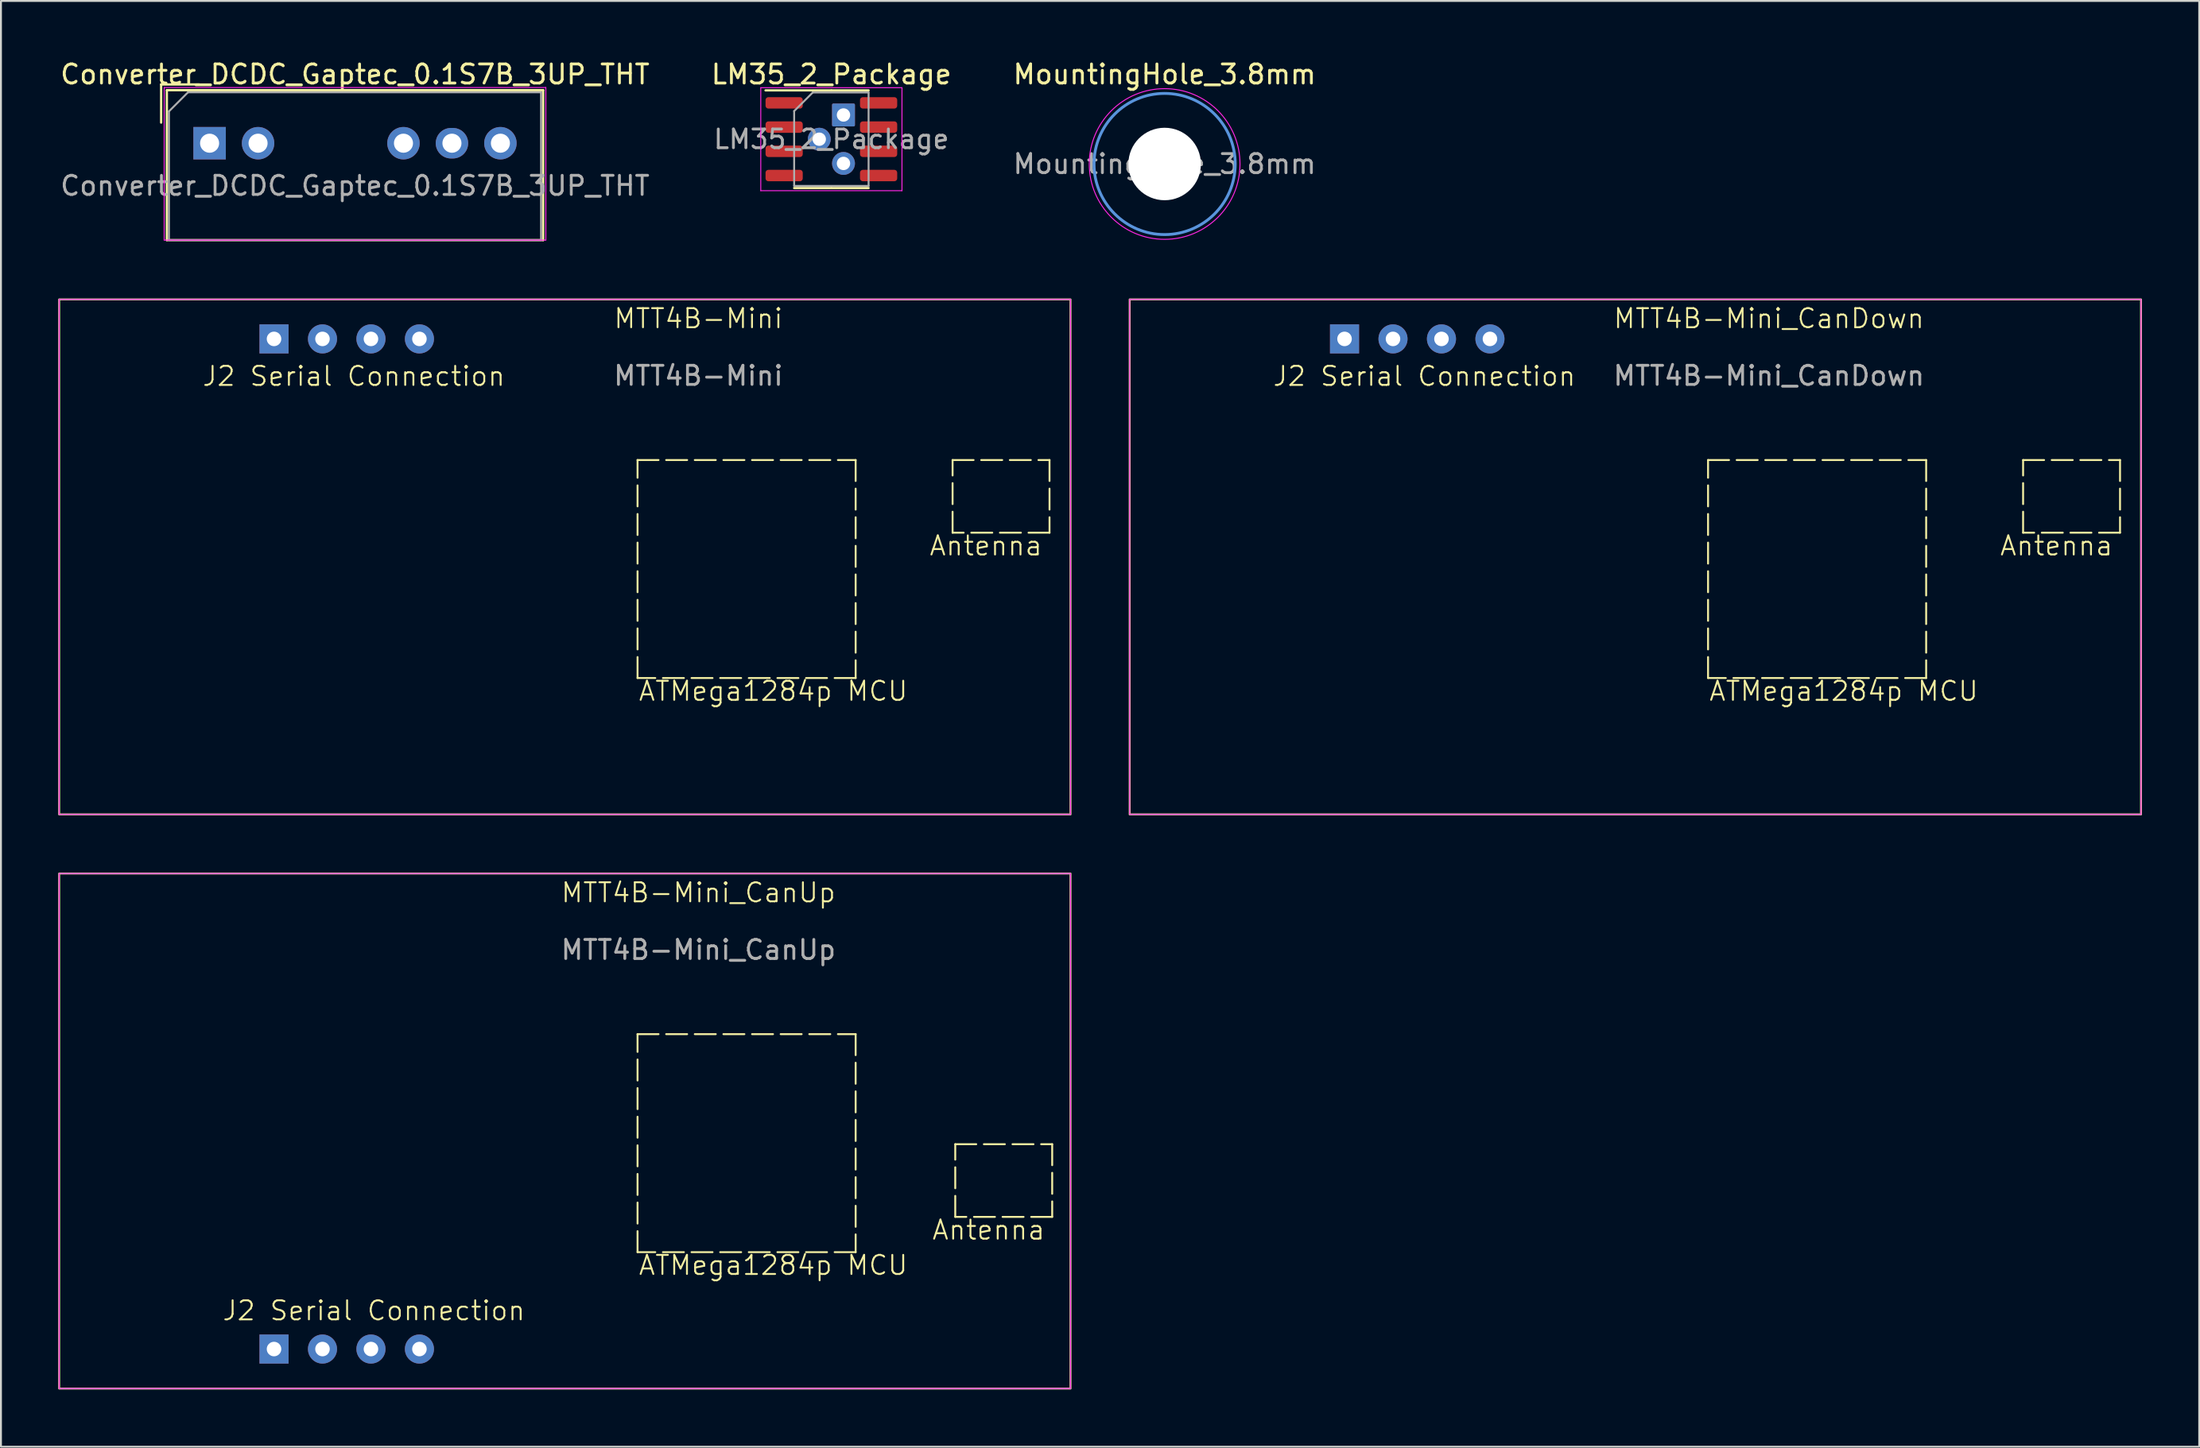
<source format=kicad_pcb>
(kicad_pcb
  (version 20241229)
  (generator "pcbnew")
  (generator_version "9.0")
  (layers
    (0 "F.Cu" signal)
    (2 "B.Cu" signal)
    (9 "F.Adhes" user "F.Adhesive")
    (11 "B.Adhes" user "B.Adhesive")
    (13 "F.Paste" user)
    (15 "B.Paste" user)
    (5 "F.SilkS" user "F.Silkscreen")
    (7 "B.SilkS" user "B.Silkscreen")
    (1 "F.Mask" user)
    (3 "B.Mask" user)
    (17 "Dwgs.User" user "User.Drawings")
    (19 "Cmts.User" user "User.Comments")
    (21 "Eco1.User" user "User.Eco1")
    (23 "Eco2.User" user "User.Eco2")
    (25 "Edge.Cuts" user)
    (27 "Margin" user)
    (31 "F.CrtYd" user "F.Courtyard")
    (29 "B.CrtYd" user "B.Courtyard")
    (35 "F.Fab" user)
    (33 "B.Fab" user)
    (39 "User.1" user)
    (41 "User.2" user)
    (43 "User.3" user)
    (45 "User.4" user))
  (footprint "Converter_DCDC_Gaptec_0.1S7B_3UP_THT"
    (layer "F.Cu")
    (at 7.934 4.458)
    (property "Reference" "Converter_DCDC_Gaptec_0.1S7B_3UP_THT" (at 7.62 -3.61 0) (layer "F.SilkS") (effects (font (size 1 1) (thickness 0.15))))
    (attr through_hole)
    (fp_line (start -2.54 -3.08) (end -0.54 -3.08) (stroke (width 0.12) (type solid)) (layer "F.SilkS"))
    (fp_line (start -2.54 -1.08) (end -2.54 -3.08) (stroke (width 0.12) (type solid)) (layer "F.SilkS"))
    (fp_line (start -2.24 -2.78) (end -2.24 5.08) (stroke (width 0.12) (type solid)) (layer "F.SilkS"))
    (fp_line (start -2.24 -2.78) (end 17.48 -2.78) (stroke (width 0.12) (type solid)) (layer "F.SilkS"))
    (fp_line (start -2.24 5.08) (end 17.48 5.08) (stroke (width 0.12) (type solid)) (layer "F.SilkS"))
    (fp_line (start 17.48 -2.78) (end 17.48 5.08) (stroke (width 0.12) (type solid)) (layer "F.SilkS"))
    (fp_line (start -2.38 -2.92) (end -2.38 5.08) (stroke (width 0.05) (type solid)) (layer "F.CrtYd"))
    (fp_line (start -2.38 -2.92) (end 17.62 -2.92) (stroke (width 0.05) (type solid)) (layer "F.CrtYd"))
    (fp_line (start -2.38 5.08) (end 17.62 5.08) (stroke (width 0.05) (type solid)) (layer "F.CrtYd"))
    (fp_line (start 17.62 -2.92) (end 17.62 5.08) (stroke (width 0.05) (type solid)) (layer "F.CrtYd"))
    (fp_line (start -2.13 -1.67) (end -1.13 -2.67) (stroke (width 0.1) (type solid)) (layer "F.Fab"))
    (fp_line (start -2.13 5.08) (end -2.13 -1.67) (stroke (width 0.1) (type solid)) (layer "F.Fab"))
    (fp_line (start -1.13 -2.67) (end 17.37 -2.67) (stroke (width 0.1) (type solid)) (layer "F.Fab"))
    (fp_line (start 17.37 -2.67) (end 17.37 5.08) (stroke (width 0.1) (type solid)) (layer "F.Fab"))
    (fp_line (start 17.37 5.08) (end -2.13 5.08) (stroke (width 0.1) (type solid)) (layer "F.Fab"))
    (fp_text user "${REFERENCE}" (at 7.62 2.23 0) (layer "F.Fab") (effects (font (size 1 1) (thickness 0.15))))
    (pad "1" thru_hole rect (at 0 0) (size 1.7 1.7) (drill 1) (layers "*.Cu" "*.Mask"))
    (pad "2" thru_hole oval (at 2.54 0) (size 1.7 1.7) (drill 1) (layers "*.Cu" "*.Mask"))
    (pad "5" thru_hole oval (at 10.16 0) (size 1.7 1.7) (drill 1) (layers "*.Cu" "*.Mask"))
    (pad "6" thru_hole oval (at 12.7 0) (size 1.7 1.6) (drill 1) (layers "*.Cu" "*.Mask"))
    (pad "7" thru_hole oval (at 15.24 0) (size 1.7 1.7) (drill 1) (layers "*.Cu" "*.Mask")))
  (footprint "LM35_2_Package"
    (layer "F.Cu")
    (at 40.518 4.248)
    (property "Reference" "LM35_2_Package" (at 0 -3.4 0) (layer "F.SilkS") (effects (font (size 1 1) (thickness 0.15))))
    (attr smd)
    (fp_line (start 0 -2.56) (end -3.45 -2.56) (stroke (width 0.12) (type solid)) (layer "F.SilkS"))
    (fp_line (start 0 -2.56) (end 1.95 -2.56) (stroke (width 0.12) (type solid)) (layer "F.SilkS"))
    (fp_line (start 0 2.56) (end -1.95 2.56) (stroke (width 0.12) (type solid)) (layer "F.SilkS"))
    (fp_line (start 0 2.56) (end 1.95 2.56) (stroke (width 0.12) (type solid)) (layer "F.SilkS"))
    (fp_line (start -3.7 -2.7) (end -3.7 2.7) (stroke (width 0.05) (type solid)) (layer "F.CrtYd"))
    (fp_line (start -3.7 2.7) (end 3.7 2.7) (stroke (width 0.05) (type solid)) (layer "F.CrtYd"))
    (fp_line (start 3.7 -2.7) (end -3.7 -2.7) (stroke (width 0.05) (type solid)) (layer "F.CrtYd"))
    (fp_line (start 3.7 2.7) (end 3.7 -2.7) (stroke (width 0.05) (type solid)) (layer "F.CrtYd"))
    (fp_line (start -1.95 -1.475) (end -0.975 -2.45) (stroke (width 0.1) (type solid)) (layer "F.Fab"))
    (fp_line (start -1.95 2.45) (end -1.95 -1.475) (stroke (width 0.1) (type solid)) (layer "F.Fab"))
    (fp_line (start -0.975 -2.45) (end 1.95 -2.45) (stroke (width 0.1) (type solid)) (layer "F.Fab"))
    (fp_line (start 1.95 -2.45) (end 1.95 2.45) (stroke (width 0.1) (type solid)) (layer "F.Fab"))
    (fp_line (start 1.95 2.45) (end -1.95 2.45) (stroke (width 0.1) (type solid)) (layer "F.Fab"))
    (fp_text user "${REFERENCE}" (at 0 0 0) (layer "F.Fab") (effects (font (size 0.98 0.98) (thickness 0.15))))
    (pad "1" smd roundrect (at -2.475 -1.905) (size 1.95 0.6) (layers "F.Cu" "F.Mask" "F.Paste") (roundrect_rratio 0.25))
    (pad "2" smd roundrect (at -2.475 -0.635) (size 1.95 0.6) (layers "F.Cu" "F.Mask" "F.Paste") (roundrect_rratio 0.25))
    (pad "3" smd roundrect (at -2.475 0.635) (size 1.95 0.6) (layers "F.Cu" "F.Mask" "F.Paste") (roundrect_rratio 0.25))
    (pad "4" smd roundrect (at -2.475 1.905) (size 1.95 0.6) (layers "F.Cu" "F.Mask" "F.Paste") (roundrect_rratio 0.25))
    (pad "5" smd roundrect (at 2.475 1.905) (size 1.95 0.6) (layers "F.Cu" "F.Mask" "F.Paste") (roundrect_rratio 0.25))
    (pad "6" smd roundrect (at 2.475 0.635) (size 1.95 0.6) (layers "F.Cu" "F.Mask" "F.Paste") (roundrect_rratio 0.25))
    (pad "7" smd roundrect (at 2.475 -0.635) (size 1.95 0.6) (layers "F.Cu" "F.Mask" "F.Paste") (roundrect_rratio 0.25))
    (pad "8" smd roundrect (at 2.475 -1.905) (size 1.95 0.6) (layers "F.Cu" "F.Mask" "F.Paste") (roundrect_rratio 0.25))
    (pad "9" thru_hole circle (at -0.635 0) (size 1.2 1.2) (drill 0.7) (layers "*.Cu" "*.Mask"))
    (pad "9" thru_hole roundrect (at 0.635 -1.27) (size 1.2 1.2) (drill 0.7) (layers "*.Cu" "*.Mask") (roundrect_rratio 0.058))
    (pad "9" thru_hole circle (at 0.635 1.27) (size 1.2 1.2) (drill 0.7) (layers "*.Cu" "*.Mask")))
  (footprint "MTT4B-Mini_CanDown"
    (layer "F.Cu")
    (at 82.65 26.148)
    (property "Reference" "MTT4B-Mini_CanDown" (at 7 -12.5 0) (unlocked yes) (layer "F.SilkS") (effects (font (size 1 1) (thickness 0.1))))
    (attr through_hole)
    (fp_rect (start -26.5 -13.5) (end 26.5 13.5) (stroke (width 0.1) (type default)) (fill no) (layer "F.SilkS"))
    (fp_rect (start 3.81 -5.08) (end 15.24 6.35) (stroke (width 0.1) (type dash)) (fill no) (layer "F.SilkS"))
    (fp_rect (start 20.32 -5.08) (end 25.4 -1.27) (stroke (width 0.1) (type dash)) (fill no) (layer "F.SilkS"))
    (fp_rect (start -26.5 -13.5) (end 26.5 13.5) (stroke (width 0.05) (type default)) (fill no) (layer "F.CrtYd"))
    (fp_text user "J2 Serial Connection" (at -19.05 -8.89 0) (unlocked yes) (layer "F.SilkS") (effects (font (size 1 1) (thickness 0.1)) (justify left bottom)))
    (fp_text user "ATMega1284p MCU" (at 3.81 7.62 0) (unlocked yes) (layer "F.SilkS") (effects (font (size 1 1) (thickness 0.1)) (justify left bottom)))
    (fp_text user "Antenna" (at 19.05 0 0) (unlocked yes) (layer "F.SilkS") (effects (font (size 1 1) (thickness 0.1)) (justify left bottom)))
    (fp_text user "${REFERENCE}" (at 7 -9.5 0) (unlocked yes) (layer "F.Fab") (effects (font (size 1 1) (thickness 0.15))))
    (pad "J2-1" thru_hole rect (at -15.24 -11.43) (size 1.524 1.524) (drill 0.762) (layers "*.Cu" "*.Mask"))
    (pad "J2-2" thru_hole circle (at -12.7 -11.43) (size 1.524 1.524) (drill 0.762) (layers "*.Cu" "*.Mask"))
    (pad "J2-3" thru_hole circle (at -10.16 -11.43) (size 1.524 1.524) (drill 0.762) (layers "*.Cu" "*.Mask"))
    (pad "J2-4" thru_hole circle (at -7.62 -11.43) (size 1.524 1.524) (drill 0.762) (layers "*.Cu" "*.Mask")))
  (footprint "MTT4B-Mini_CanUp"
    (layer "F.Cu")
    (at 26.55 56.248)
    (property "Reference" "MTT4B-Mini_CanUp" (at 7 -12.5 0) (unlocked yes) (layer "F.SilkS") (effects (font (size 1 1) (thickness 0.1))))
    (attr through_hole)
    (fp_rect (start -26.5 -13.5) (end 26.5 13.5) (stroke (width 0.1) (type default)) (fill no) (layer "F.SilkS"))
    (fp_rect (start 3.81 -5.08) (end 15.24 6.35) (stroke (width 0.1) (type dash)) (fill no) (layer "F.SilkS"))
    (fp_rect (start 20.46 0.69) (end 25.54 4.5) (stroke (width 0.1) (type dash)) (fill no) (layer "F.SilkS"))
    (fp_rect (start -26.5 -13.5) (end 26.5 13.5) (stroke (width 0.05) (type default)) (fill no) (layer "F.CrtYd"))
    (fp_text user "J2 Serial Connection" (at -18 10 0) (unlocked yes) (layer "F.SilkS") (effects (font (size 1 1) (thickness 0.1)) (justify left bottom)))
    (fp_text user "Antenna" (at 19.19 5.77 0) (unlocked yes) (layer "F.SilkS") (effects (font (size 1 1) (thickness 0.1)) (justify left bottom)))
    (fp_text user "ATMega1284p MCU" (at 3.81 7.62 0) (unlocked yes) (layer "F.SilkS") (effects (font (size 1 1) (thickness 0.1)) (justify left bottom)))
    (fp_text user "${REFERENCE}" (at 7 -9.5 0) (unlocked yes) (layer "F.Fab") (effects (font (size 1 1) (thickness 0.15))))
    (pad "J2-1" thru_hole rect (at -15.24 11.43) (size 1.524 1.524) (drill 0.762) (layers "*.Cu" "*.Mask"))
    (pad "J2-2" thru_hole circle (at -12.7 11.43) (size 1.524 1.524) (drill 0.762) (layers "*.Cu" "*.Mask"))
    (pad "J2-3" thru_hole circle (at -10.16 11.43) (size 1.524 1.524) (drill 0.762) (layers "*.Cu" "*.Mask"))
    (pad "J2-4" thru_hole circle (at -7.62 11.43) (size 1.524 1.524) (drill 0.762) (layers "*.Cu" "*.Mask")))
  (footprint "MountingHole_3.8mm"
    (layer "F.Cu")
    (at 57.982 5.548)
    (property "Reference" "MountingHole_3.8mm" (at 0 -4.7 0) (layer "F.SilkS") (effects (font (size 1 1) (thickness 0.15))))
    (attr exclude_from_pos_files exclude_from_bom)
    (fp_circle (center 0 0) (end 3.7 0) (stroke (width 0.15) (type solid)) (fill no) (layer "Cmts.User"))
    (fp_circle (center 0 0) (end 3.95 0) (stroke (width 0.05) (type solid)) (fill no) (layer "F.CrtYd"))
    (fp_text user "${REFERENCE}" (at 0 0 0) (layer "F.Fab") (effects (font (size 1 1) (thickness 0.15))))
    (pad "" np_thru_hole circle (at 0 0) (size 3.8 3.8) (drill 3.8) (layers "*.Cu" "*.Mask")))
  (footprint "MTT4B-Mini"
    (layer "F.Cu")
    (at 26.55 26.148)
    (property "Reference" "MTT4B-Mini" (at 7 -12.5 0) (unlocked yes) (layer "F.SilkS") (effects (font (size 1 1) (thickness 0.1))))
    (attr through_hole)
    (fp_rect (start -26.5 -13.5) (end 26.5 13.5) (stroke (width 0.1) (type default)) (fill no) (layer "F.SilkS"))
    (fp_rect (start 3.81 -5.08) (end 15.24 6.35) (stroke (width 0.1) (type dash)) (fill no) (layer "F.SilkS"))
    (fp_rect (start 20.32 -5.08) (end 25.4 -1.27) (stroke (width 0.1) (type dash)) (fill no) (layer "F.SilkS"))
    (fp_rect (start -26.5 -13.5) (end 26.5 13.5) (stroke (width 0.05) (type default)) (fill no) (layer "F.CrtYd"))
    (fp_text user "ATMega1284p MCU" (at 3.81 7.62 0) (unlocked yes) (layer "F.SilkS") (effects (font (size 1 1) (thickness 0.1)) (justify left bottom)))
    (fp_text user "Antenna" (at 19.05 0 0) (unlocked yes) (layer "F.SilkS") (effects (font (size 1 1) (thickness 0.1)) (justify left bottom)))
    (fp_text user "J2 Serial Connection" (at -19.05 -8.89 0) (unlocked yes) (layer "F.SilkS") (effects (font (size 1 1) (thickness 0.1)) (justify left bottom)))
    (fp_text user "${REFERENCE}" (at 7 -9.5 0) (unlocked yes) (layer "F.Fab") (effects (font (size 1 1) (thickness 0.15))))
    (pad "J2-1" thru_hole rect (at -15.24 -11.43) (size 1.524 1.524) (drill 0.762) (layers "*.Cu" "*.Mask"))
    (pad "J2-2" thru_hole circle (at -12.7 -11.43) (size 1.524 1.524) (drill 0.762) (layers "*.Cu" "*.Mask"))
    (pad "J2-3" thru_hole circle (at -10.16 -11.43) (size 1.524 1.524) (drill 0.762) (layers "*.Cu" "*.Mask"))
    (pad "J2-4" thru_hole circle (at -7.62 -11.43) (size 1.524 1.524) (drill 0.762) (layers "*.Cu" "*.Mask")))
  (gr_rect
    (start -3 -3)
    (end 112.2 72.798)
    (stroke (width 0.1) (type default))
    (fill no)
    (layer "Edge.Cuts")))
</source>
